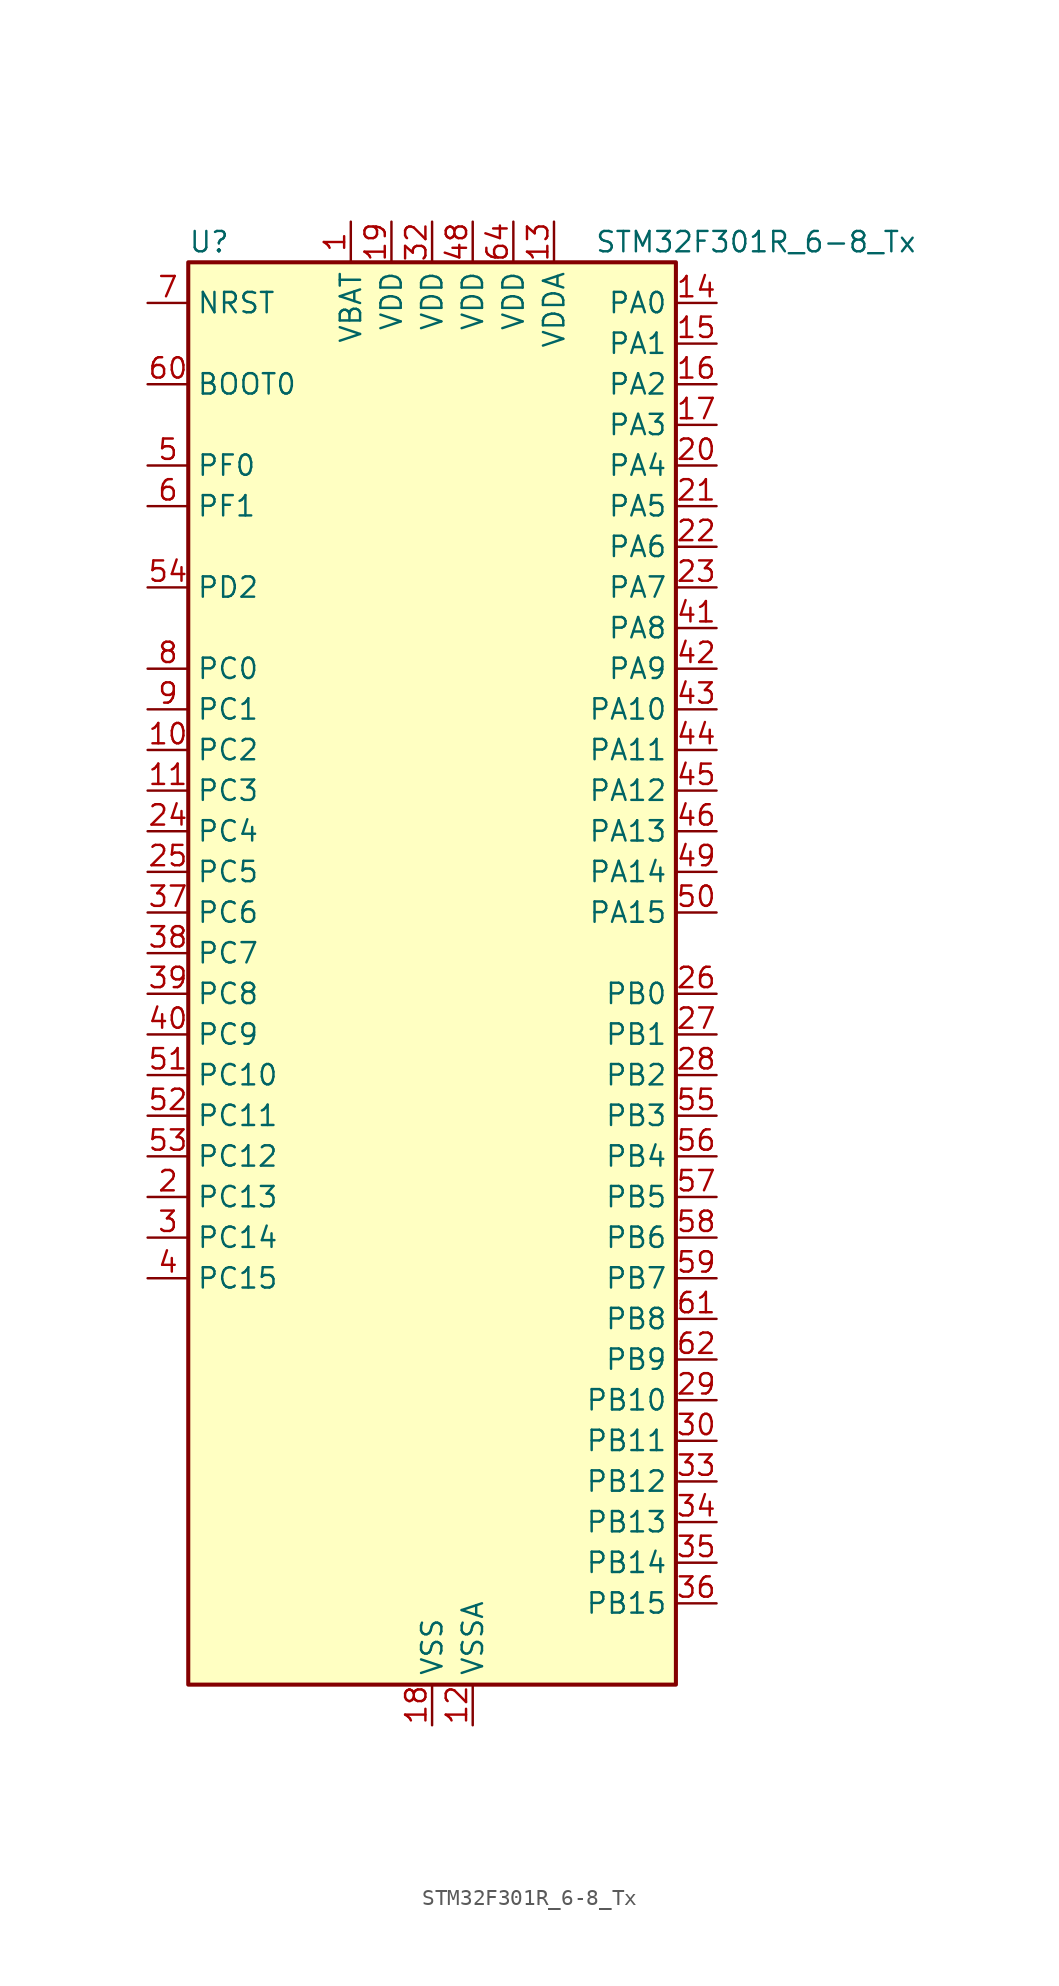
<source format=kicad_sym>
(kicad_symbol_lib
  (version 20231120)
  (generator "kicad_symbol_editor")
  (generator_version "8.0")
  (symbol "STM32F301R_6-8_Tx"
    (property "Reference" "U"
      (at -15.24 46.99 0)
      (effects (font (size 1.27 1.27)) (justify left)))
    (property "Value" "STM32F301R_6-8_Tx"
      (at 10.16 46.99 0)
      (effects (font (size 1.27 1.27)) (justify left)))
    (property "ki_locked" ""
      (at 0 0 0)
      (effects (font (size 1.27 1.27))))
    (symbol "STM32F301R_6-8_Tx_0_1"
      (rectangle (start -15.24 -43.18) (end 15.24 45.72) (stroke (width 0.254) (type default)) (fill (type background))))
    (symbol "STM32F301R_6-8_Tx_1_1"
      (pin power_in line (at -5.08 48.26 270) (length 2.54) (name "VBAT" (effects (font (size 1.27 1.27)))) (number "1" (effects (font (size 1.27 1.27)))))
      (pin bidirectional line (at -17.78 15.24 0) (length 2.54) (name "PC2" (effects (font (size 1.27 1.27)))) (number "10" (effects (font (size 1.27 1.27)))) (alternate "ADC1_IN8" bidirectional line) (alternate "TIM1_CH3" bidirectional line))
      (pin bidirectional line (at -17.78 12.7 0) (length 2.54) (name "PC3" (effects (font (size 1.27 1.27)))) (number "11" (effects (font (size 1.27 1.27)))) (alternate "ADC1_IN9" bidirectional line) (alternate "TIM1_BKIN2" bidirectional line) (alternate "TIM1_CH4" bidirectional line))
      (pin power_in line (at 2.54 -45.72 90) (length 2.54) (name "VSSA" (effects (font (size 1.27 1.27)))) (number "12" (effects (font (size 1.27 1.27)))))
      (pin power_in line (at 7.62 48.26 270) (length 2.54) (name "VDDA" (effects (font (size 1.27 1.27)))) (number "13" (effects (font (size 1.27 1.27)))))
      (pin bidirectional line (at 17.78 43.18 180) (length 2.54) (name "PA0" (effects (font (size 1.27 1.27)))) (number "14" (effects (font (size 1.27 1.27)))) (alternate "ADC1_IN1" bidirectional line) (alternate "RTC_TAMP2" bidirectional line) (alternate "SYS_WKUP1" bidirectional line) (alternate "TIM2_CH1" bidirectional line) (alternate "TIM2_ETR" bidirectional line) (alternate "TSC_G1_IO1" bidirectional line) (alternate "USART2_CTS" bidirectional line))
      (pin bidirectional line (at 17.78 40.64 180) (length 2.54) (name "PA1" (effects (font (size 1.27 1.27)))) (number "15" (effects (font (size 1.27 1.27)))) (alternate "ADC1_IN2" bidirectional line) (alternate "RTC_REFIN" bidirectional line) (alternate "TIM15_CH1N" bidirectional line) (alternate "TIM2_CH2" bidirectional line) (alternate "TSC_G1_IO2" bidirectional line) (alternate "USART2_DE" bidirectional line) (alternate "USART2_RTS" bidirectional line))
      (pin bidirectional line (at 17.78 38.1 180) (length 2.54) (name "PA2" (effects (font (size 1.27 1.27)))) (number "16" (effects (font (size 1.27 1.27)))) (alternate "ADC1_IN3" bidirectional line) (alternate "COMP2_INM" bidirectional line) (alternate "COMP2_OUT" bidirectional line) (alternate "TIM15_CH1" bidirectional line) (alternate "TIM2_CH3" bidirectional line) (alternate "TSC_G1_IO3" bidirectional line) (alternate "USART2_TX" bidirectional line))
      (pin bidirectional line (at 17.78 35.56 180) (length 2.54) (name "PA3" (effects (font (size 1.27 1.27)))) (number "17" (effects (font (size 1.27 1.27)))) (alternate "ADC1_IN4" bidirectional line) (alternate "TIM15_CH2" bidirectional line) (alternate "TIM2_CH4" bidirectional line) (alternate "TSC_G1_IO4" bidirectional line) (alternate "USART2_RX" bidirectional line))
      (pin power_in line (at 0 -45.72 90) (length 2.54) (name "VSS" (effects (font (size 1.27 1.27)))) (number "18" (effects (font (size 1.27 1.27)))))
      (pin power_in line (at -2.54 48.26 270) (length 2.54) (name "VDD" (effects (font (size 1.27 1.27)))) (number "19" (effects (font (size 1.27 1.27)))))
      (pin bidirectional line (at -17.78 -12.7 0) (length 2.54) (name "PC13" (effects (font (size 1.27 1.27)))) (number "2" (effects (font (size 1.27 1.27)))) (alternate "RTC_OUT_ALARM" bidirectional line) (alternate "RTC_OUT_CALIB" bidirectional line) (alternate "RTC_TAMP1" bidirectional line) (alternate "RTC_TS" bidirectional line) (alternate "SYS_WKUP2" bidirectional line) (alternate "TIM1_CH1N" bidirectional line))
      (pin bidirectional line (at 17.78 33.02 180) (length 2.54) (name "PA4" (effects (font (size 1.27 1.27)))) (number "20" (effects (font (size 1.27 1.27)))) (alternate "ADC1_IN5" bidirectional line) (alternate "COMP2_INM" bidirectional line) (alternate "COMP4_INM" bidirectional line) (alternate "COMP6_INM" bidirectional line) (alternate "DAC_OUT1" bidirectional line) (alternate "I2S3_WS" bidirectional line) (alternate "SPI3_NSS" bidirectional line) (alternate "TSC_G2_IO1" bidirectional line) (alternate "USART2_CK" bidirectional line))
      (pin bidirectional line (at 17.78 30.48 180) (length 2.54) (name "PA5" (effects (font (size 1.27 1.27)))) (number "21" (effects (font (size 1.27 1.27)))) (alternate "OPAMP2_VINM" bidirectional line) (alternate "OPAMP2_VINM_SEC" bidirectional line) (alternate "TIM2_CH1" bidirectional line) (alternate "TIM2_ETR" bidirectional line) (alternate "TSC_G2_IO2" bidirectional line))
      (pin bidirectional line (at 17.78 27.94 180) (length 2.54) (name "PA6" (effects (font (size 1.27 1.27)))) (number "22" (effects (font (size 1.27 1.27)))) (alternate "ADC1_IN10" bidirectional line) (alternate "OPAMP2_VOUT" bidirectional line) (alternate "TIM16_CH1" bidirectional line) (alternate "TIM1_BKIN" bidirectional line) (alternate "TSC_G2_IO3" bidirectional line))
      (pin bidirectional line (at 17.78 25.4 180) (length 2.54) (name "PA7" (effects (font (size 1.27 1.27)))) (number "23" (effects (font (size 1.27 1.27)))) (alternate "ADC1_IN15" bidirectional line) (alternate "COMP2_INP" bidirectional line) (alternate "OPAMP2_VINP" bidirectional line) (alternate "OPAMP2_VINP_SEC" bidirectional line) (alternate "TIM17_CH1" bidirectional line) (alternate "TIM1_CH1N" bidirectional line) (alternate "TSC_G2_IO4" bidirectional line))
      (pin bidirectional line (at -17.78 10.16 0) (length 2.54) (name "PC4" (effects (font (size 1.27 1.27)))) (number "24" (effects (font (size 1.27 1.27)))) (alternate "TIM1_ETR" bidirectional line) (alternate "USART1_TX" bidirectional line))
      (pin bidirectional line (at -17.78 7.62 0) (length 2.54) (name "PC5" (effects (font (size 1.27 1.27)))) (number "25" (effects (font (size 1.27 1.27)))) (alternate "OPAMP2_VINM" bidirectional line) (alternate "OPAMP2_VINM_SEC" bidirectional line) (alternate "TIM15_BKIN" bidirectional line) (alternate "TSC_G3_IO1" bidirectional line) (alternate "USART1_RX" bidirectional line))
      (pin bidirectional line (at 17.78 0 180) (length 2.54) (name "PB0" (effects (font (size 1.27 1.27)))) (number "26" (effects (font (size 1.27 1.27)))) (alternate "ADC1_IN11" bidirectional line) (alternate "COMP4_INP" bidirectional line) (alternate "OPAMP2_VINP" bidirectional line) (alternate "OPAMP2_VINP_SEC" bidirectional line) (alternate "TIM1_CH2N" bidirectional line) (alternate "TSC_G3_IO2" bidirectional line))
      (pin bidirectional line (at 17.78 -2.54 180) (length 2.54) (name "PB1" (effects (font (size 1.27 1.27)))) (number "27" (effects (font (size 1.27 1.27)))) (alternate "ADC1_IN12" bidirectional line) (alternate "COMP4_OUT" bidirectional line) (alternate "TIM1_CH3N" bidirectional line) (alternate "TSC_G3_IO3" bidirectional line))
      (pin bidirectional line (at 17.78 -5.08 180) (length 2.54) (name "PB2" (effects (font (size 1.27 1.27)))) (number "28" (effects (font (size 1.27 1.27)))) (alternate "COMP4_INM" bidirectional line) (alternate "TSC_G3_IO4" bidirectional line))
      (pin bidirectional line (at 17.78 -25.4 180) (length 2.54) (name "PB10" (effects (font (size 1.27 1.27)))) (number "29" (effects (font (size 1.27 1.27)))) (alternate "TIM2_CH3" bidirectional line) (alternate "TSC_SYNC" bidirectional line) (alternate "USART3_TX" bidirectional line))
      (pin bidirectional line (at -17.78 -15.24 0) (length 2.54) (name "PC14" (effects (font (size 1.27 1.27)))) (number "3" (effects (font (size 1.27 1.27)))) (alternate "RCC_OSC32_IN" bidirectional line))
      (pin bidirectional line (at 17.78 -27.94 180) (length 2.54) (name "PB11" (effects (font (size 1.27 1.27)))) (number "30" (effects (font (size 1.27 1.27)))) (alternate "ADC1_EXTI11" bidirectional line) (alternate "ADC1_IN14" bidirectional line) (alternate "COMP6_INP" bidirectional line) (alternate "TIM2_CH4" bidirectional line) (alternate "TSC_G6_IO1" bidirectional line) (alternate "USART3_RX" bidirectional line))
      (pin passive line (at 0 -45.72 90) (length 2.54) hide (name "VSS" (effects (font (size 1.27 1.27)))) (number "31" (effects (font (size 1.27 1.27)))))
      (pin power_in line (at 0 48.26 270) (length 2.54) (name "VDD" (effects (font (size 1.27 1.27)))) (number "32" (effects (font (size 1.27 1.27)))))
      (pin bidirectional line (at 17.78 -30.48 180) (length 2.54) (name "PB12" (effects (font (size 1.27 1.27)))) (number "33" (effects (font (size 1.27 1.27)))) (alternate "I2C2_SMBA" bidirectional line) (alternate "I2S2_WS" bidirectional line) (alternate "SPI2_NSS" bidirectional line) (alternate "TIM1_BKIN" bidirectional line) (alternate "TSC_G6_IO2" bidirectional line) (alternate "USART3_CK" bidirectional line))
      (pin bidirectional line (at 17.78 -33.02 180) (length 2.54) (name "PB13" (effects (font (size 1.27 1.27)))) (number "34" (effects (font (size 1.27 1.27)))) (alternate "ADC1_IN13" bidirectional line) (alternate "I2S2_CK" bidirectional line) (alternate "SPI2_SCK" bidirectional line) (alternate "TIM1_CH1N" bidirectional line) (alternate "TSC_G6_IO3" bidirectional line) (alternate "USART3_CTS" bidirectional line))
      (pin bidirectional line (at 17.78 -35.56 180) (length 2.54) (name "PB14" (effects (font (size 1.27 1.27)))) (number "35" (effects (font (size 1.27 1.27)))) (alternate "I2S2_ext_SD" bidirectional line) (alternate "OPAMP2_VINP" bidirectional line) (alternate "OPAMP2_VINP_SEC" bidirectional line) (alternate "SPI2_MISO" bidirectional line) (alternate "TIM15_CH1" bidirectional line) (alternate "TIM1_CH2N" bidirectional line) (alternate "TSC_G6_IO4" bidirectional line) (alternate "USART3_DE" bidirectional line) (alternate "USART3_RTS" bidirectional line))
      (pin bidirectional line (at 17.78 -38.1 180) (length 2.54) (name "PB15" (effects (font (size 1.27 1.27)))) (number "36" (effects (font (size 1.27 1.27)))) (alternate "ADC1_EXTI15" bidirectional line) (alternate "COMP6_INM" bidirectional line) (alternate "I2S2_SD" bidirectional line) (alternate "RTC_REFIN" bidirectional line) (alternate "SPI2_MOSI" bidirectional line) (alternate "TIM15_CH1N" bidirectional line) (alternate "TIM15_CH2" bidirectional line) (alternate "TIM1_CH3N" bidirectional line))
      (pin bidirectional line (at -17.78 5.08 0) (length 2.54) (name "PC6" (effects (font (size 1.27 1.27)))) (number "37" (effects (font (size 1.27 1.27)))) (alternate "COMP6_OUT" bidirectional line) (alternate "I2S2_MCK" bidirectional line))
      (pin bidirectional line (at -17.78 2.54 0) (length 2.54) (name "PC7" (effects (font (size 1.27 1.27)))) (number "38" (effects (font (size 1.27 1.27)))) (alternate "I2S3_MCK" bidirectional line))
      (pin bidirectional line (at -17.78 0 0) (length 2.54) (name "PC8" (effects (font (size 1.27 1.27)))) (number "39" (effects (font (size 1.27 1.27)))))
      (pin bidirectional line (at -17.78 -17.78 0) (length 2.54) (name "PC15" (effects (font (size 1.27 1.27)))) (number "4" (effects (font (size 1.27 1.27)))) (alternate "ADC1_EXTI15" bidirectional line) (alternate "RCC_OSC32_OUT" bidirectional line))
      (pin bidirectional line (at -17.78 -2.54 0) (length 2.54) (name "PC9" (effects (font (size 1.27 1.27)))) (number "40" (effects (font (size 1.27 1.27)))) (alternate "DAC_EXTI9" bidirectional line) (alternate "I2C3_SDA" bidirectional line) (alternate "I2S_CKIN" bidirectional line))
      (pin bidirectional line (at 17.78 22.86 180) (length 2.54) (name "PA8" (effects (font (size 1.27 1.27)))) (number "41" (effects (font (size 1.27 1.27)))) (alternate "I2C2_SMBA" bidirectional line) (alternate "I2C3_SCL" bidirectional line) (alternate "I2S2_MCK" bidirectional line) (alternate "RCC_MCO" bidirectional line) (alternate "TIM1_CH1" bidirectional line) (alternate "USART1_CK" bidirectional line))
      (pin bidirectional line (at 17.78 20.32 180) (length 2.54) (name "PA9" (effects (font (size 1.27 1.27)))) (number "42" (effects (font (size 1.27 1.27)))) (alternate "DAC_EXTI9" bidirectional line) (alternate "I2C2_SCL" bidirectional line) (alternate "I2C3_SMBA" bidirectional line) (alternate "I2S3_MCK" bidirectional line) (alternate "TIM15_BKIN" bidirectional line) (alternate "TIM1_CH2" bidirectional line) (alternate "TIM2_CH3" bidirectional line) (alternate "TSC_G4_IO1" bidirectional line) (alternate "USART1_TX" bidirectional line))
      (pin bidirectional line (at 17.78 17.78 180) (length 2.54) (name "PA10" (effects (font (size 1.27 1.27)))) (number "43" (effects (font (size 1.27 1.27)))) (alternate "COMP6_OUT" bidirectional line) (alternate "I2C2_SDA" bidirectional line) (alternate "I2S2_ext_SD" bidirectional line) (alternate "SPI2_MISO" bidirectional line) (alternate "TIM17_BKIN" bidirectional line) (alternate "TIM1_CH3" bidirectional line) (alternate "TIM2_CH4" bidirectional line) (alternate "TSC_G4_IO2" bidirectional line) (alternate "USART1_RX" bidirectional line))
      (pin bidirectional line (at 17.78 15.24 180) (length 2.54) (name "PA11" (effects (font (size 1.27 1.27)))) (number "44" (effects (font (size 1.27 1.27)))) (alternate "ADC1_EXTI11" bidirectional line) (alternate "I2S2_SD" bidirectional line) (alternate "SPI2_MOSI" bidirectional line) (alternate "TIM1_BKIN2" bidirectional line) (alternate "TIM1_CH1N" bidirectional line) (alternate "TIM1_CH4" bidirectional line) (alternate "USART1_CTS" bidirectional line))
      (pin bidirectional line (at 17.78 12.7 180) (length 2.54) (name "PA12" (effects (font (size 1.27 1.27)))) (number "45" (effects (font (size 1.27 1.27)))) (alternate "COMP2_OUT" bidirectional line) (alternate "I2S_CKIN" bidirectional line) (alternate "TIM16_CH1" bidirectional line) (alternate "TIM1_CH2N" bidirectional line) (alternate "TIM1_ETR" bidirectional line) (alternate "USART1_DE" bidirectional line) (alternate "USART1_RTS" bidirectional line))
      (pin bidirectional line (at 17.78 10.16 180) (length 2.54) (name "PA13" (effects (font (size 1.27 1.27)))) (number "46" (effects (font (size 1.27 1.27)))) (alternate "IR_OUT" bidirectional line) (alternate "SYS_JTMS-SWDIO" bidirectional line) (alternate "TIM16_CH1N" bidirectional line) (alternate "TSC_G4_IO3" bidirectional line) (alternate "USART3_CTS" bidirectional line))
      (pin passive line (at 0 -45.72 90) (length 2.54) hide (name "VSS" (effects (font (size 1.27 1.27)))) (number "47" (effects (font (size 1.27 1.27)))))
      (pin power_in line (at 2.54 48.26 270) (length 2.54) (name "VDD" (effects (font (size 1.27 1.27)))) (number "48" (effects (font (size 1.27 1.27)))))
      (pin bidirectional line (at 17.78 7.62 180) (length 2.54) (name "PA14" (effects (font (size 1.27 1.27)))) (number "49" (effects (font (size 1.27 1.27)))) (alternate "I2C1_SDA" bidirectional line) (alternate "SYS_JTCK-SWCLK" bidirectional line) (alternate "TIM1_BKIN" bidirectional line) (alternate "TSC_G4_IO4" bidirectional line) (alternate "USART2_TX" bidirectional line))
      (pin bidirectional line (at -17.78 33.02 0) (length 2.54) (name "PF0" (effects (font (size 1.27 1.27)))) (number "5" (effects (font (size 1.27 1.27)))) (alternate "I2C2_SDA" bidirectional line) (alternate "I2S2_WS" bidirectional line) (alternate "RCC_OSC_IN" bidirectional line) (alternate "SPI2_NSS" bidirectional line) (alternate "TIM1_CH3N" bidirectional line))
      (pin bidirectional line (at 17.78 5.08 180) (length 2.54) (name "PA15" (effects (font (size 1.27 1.27)))) (number "50" (effects (font (size 1.27 1.27)))) (alternate "ADC1_EXTI15" bidirectional line) (alternate "I2C1_SCL" bidirectional line) (alternate "I2S3_WS" bidirectional line) (alternate "SPI3_NSS" bidirectional line) (alternate "SYS_JTDI" bidirectional line) (alternate "TIM1_BKIN" bidirectional line) (alternate "TIM2_CH1" bidirectional line) (alternate "TIM2_ETR" bidirectional line) (alternate "TSC_SYNC" bidirectional line) (alternate "USART2_RX" bidirectional line))
      (pin bidirectional line (at -17.78 -5.08 0) (length 2.54) (name "PC10" (effects (font (size 1.27 1.27)))) (number "51" (effects (font (size 1.27 1.27)))) (alternate "I2S3_CK" bidirectional line) (alternate "SPI3_SCK" bidirectional line) (alternate "USART3_TX" bidirectional line))
      (pin bidirectional line (at -17.78 -7.62 0) (length 2.54) (name "PC11" (effects (font (size 1.27 1.27)))) (number "52" (effects (font (size 1.27 1.27)))) (alternate "ADC1_EXTI11" bidirectional line) (alternate "I2S3_ext_SD" bidirectional line) (alternate "SPI3_MISO" bidirectional line) (alternate "USART3_RX" bidirectional line))
      (pin bidirectional line (at -17.78 -10.16 0) (length 2.54) (name "PC12" (effects (font (size 1.27 1.27)))) (number "53" (effects (font (size 1.27 1.27)))) (alternate "I2S3_SD" bidirectional line) (alternate "SPI3_MOSI" bidirectional line) (alternate "USART3_CK" bidirectional line))
      (pin bidirectional line (at -17.78 25.4 0) (length 2.54) (name "PD2" (effects (font (size 1.27 1.27)))) (number "54" (effects (font (size 1.27 1.27)))))
      (pin bidirectional line (at 17.78 -7.62 180) (length 2.54) (name "PB3" (effects (font (size 1.27 1.27)))) (number "55" (effects (font (size 1.27 1.27)))) (alternate "I2S3_CK" bidirectional line) (alternate "SPI3_SCK" bidirectional line) (alternate "SYS_JTDO-TRACESWO" bidirectional line) (alternate "TIM2_CH2" bidirectional line) (alternate "TSC_G5_IO1" bidirectional line) (alternate "USART2_TX" bidirectional line))
      (pin bidirectional line (at 17.78 -10.16 180) (length 2.54) (name "PB4" (effects (font (size 1.27 1.27)))) (number "56" (effects (font (size 1.27 1.27)))) (alternate "I2S3_ext_SD" bidirectional line) (alternate "SPI3_MISO" bidirectional line) (alternate "SYS_NJTRST" bidirectional line) (alternate "TIM16_CH1" bidirectional line) (alternate "TIM17_BKIN" bidirectional line) (alternate "TSC_G5_IO2" bidirectional line) (alternate "USART2_RX" bidirectional line))
      (pin bidirectional line (at 17.78 -12.7 180) (length 2.54) (name "PB5" (effects (font (size 1.27 1.27)))) (number "57" (effects (font (size 1.27 1.27)))) (alternate "I2C1_SMBA" bidirectional line) (alternate "I2C3_SDA" bidirectional line) (alternate "I2S3_SD" bidirectional line) (alternate "SPI3_MOSI" bidirectional line) (alternate "TIM16_BKIN" bidirectional line) (alternate "TIM17_CH1" bidirectional line) (alternate "USART2_CK" bidirectional line))
      (pin bidirectional line (at 17.78 -15.24 180) (length 2.54) (name "PB6" (effects (font (size 1.27 1.27)))) (number "58" (effects (font (size 1.27 1.27)))) (alternate "I2C1_SCL" bidirectional line) (alternate "TIM16_CH1N" bidirectional line) (alternate "TSC_G5_IO3" bidirectional line) (alternate "USART1_TX" bidirectional line))
      (pin bidirectional line (at 17.78 -17.78 180) (length 2.54) (name "PB7" (effects (font (size 1.27 1.27)))) (number "59" (effects (font (size 1.27 1.27)))) (alternate "I2C1_SDA" bidirectional line) (alternate "TIM17_CH1N" bidirectional line) (alternate "TSC_G5_IO4" bidirectional line) (alternate "USART1_RX" bidirectional line))
      (pin bidirectional line (at -17.78 30.48 0) (length 2.54) (name "PF1" (effects (font (size 1.27 1.27)))) (number "6" (effects (font (size 1.27 1.27)))) (alternate "I2C2_SCL" bidirectional line) (alternate "I2S2_CK" bidirectional line) (alternate "RCC_OSC_OUT" bidirectional line) (alternate "SPI2_SCK" bidirectional line))
      (pin input line (at -17.78 38.1 0) (length 2.54) (name "BOOT0" (effects (font (size 1.27 1.27)))) (number "60" (effects (font (size 1.27 1.27)))))
      (pin bidirectional line (at 17.78 -20.32 180) (length 2.54) (name "PB8" (effects (font (size 1.27 1.27)))) (number "61" (effects (font (size 1.27 1.27)))) (alternate "I2C1_SCL" bidirectional line) (alternate "TIM16_CH1" bidirectional line) (alternate "TIM1_BKIN" bidirectional line) (alternate "TSC_SYNC" bidirectional line) (alternate "USART3_RX" bidirectional line))
      (pin bidirectional line (at 17.78 -22.86 180) (length 2.54) (name "PB9" (effects (font (size 1.27 1.27)))) (number "62" (effects (font (size 1.27 1.27)))) (alternate "COMP2_OUT" bidirectional line) (alternate "DAC_EXTI9" bidirectional line) (alternate "I2C1_SDA" bidirectional line) (alternate "IR_OUT" bidirectional line) (alternate "TIM17_CH1" bidirectional line) (alternate "USART3_TX" bidirectional line))
      (pin passive line (at 0 -45.72 90) (length 2.54) hide (name "VSS" (effects (font (size 1.27 1.27)))) (number "63" (effects (font (size 1.27 1.27)))))
      (pin power_in line (at 5.08 48.26 270) (length 2.54) (name "VDD" (effects (font (size 1.27 1.27)))) (number "64" (effects (font (size 1.27 1.27)))))
      (pin input line (at -17.78 43.18 0) (length 2.54) (name "NRST" (effects (font (size 1.27 1.27)))) (number "7" (effects (font (size 1.27 1.27)))))
      (pin bidirectional line (at -17.78 20.32 0) (length 2.54) (name "PC0" (effects (font (size 1.27 1.27)))) (number "8" (effects (font (size 1.27 1.27)))) (alternate "ADC1_IN6" bidirectional line) (alternate "TIM1_CH1" bidirectional line))
      (pin bidirectional line (at -17.78 17.78 0) (length 2.54) (name "PC1" (effects (font (size 1.27 1.27)))) (number "9" (effects (font (size 1.27 1.27)))) (alternate "ADC1_IN7" bidirectional line) (alternate "TIM1_CH2" bidirectional line)))))
</source>
